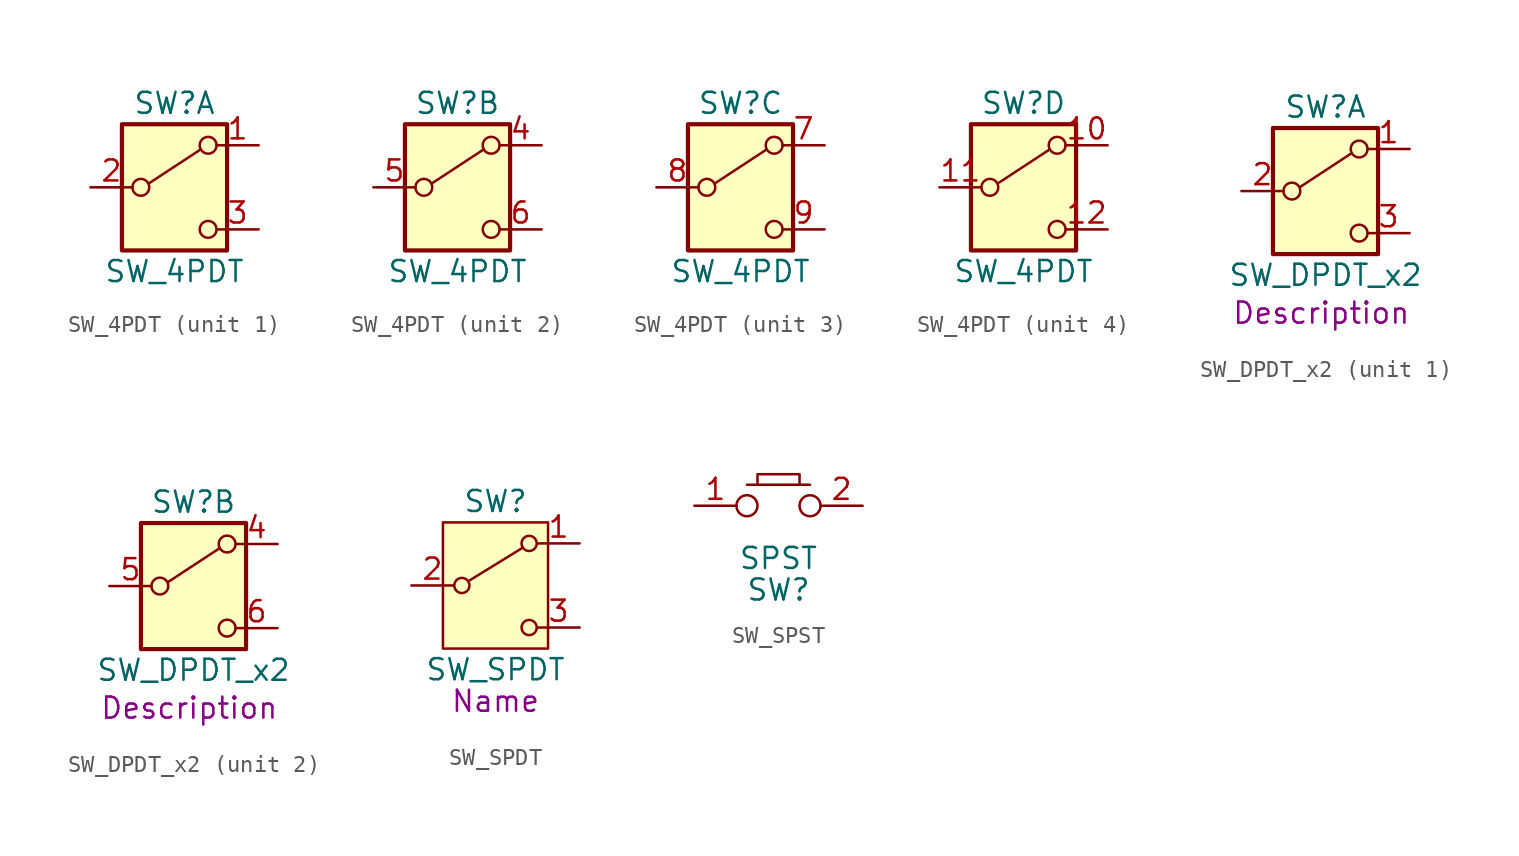
<source format=kicad_sym>
(kicad_symbol_lib
  (version 20231120)
  (generator "kicad_symbol_editor")
  (generator_version "8.0")
  (symbol "SW_4PDT"
    (pin_names
      (offset 0) hide)
    (property "Reference" "SW"
      (at 0 5.08 0)
      (effects (font (size 1.27 1.27))))
    (property "Value" "SW_4PDT"
      (at 0 -5.08 0)
      (effects (font (size 1.27 1.27))))
    (symbol "SW_4PDT_0_0"
      (circle (center -2.032 0) (radius 0.508) (stroke (width 0) (type default)) (fill (type none)))
      (circle (center 2.032 -2.54) (radius 0.508) (stroke (width 0) (type default)) (fill (type none))))
    (symbol "SW_4PDT_0_1"
      (rectangle (start -3.175 3.81) (end 3.175 -3.81) (stroke (width 0.254) (type default)) (fill (type background)))
      (polyline (pts (xy -1.524 0.254) (xy 1.575 2.286)) (stroke (width 0) (type default)) (fill (type none)))
      (circle (center 2.032 2.54) (radius 0.508) (stroke (width 0) (type default)) (fill (type none))))
    (symbol "SW_4PDT_1_1"
      (pin passive line (at 5.08 2.54 180) (length 2.54) (name "A" (effects (font (size 1.27 1.27)))) (number "1" (effects (font (size 1.27 1.27)))))
      (pin passive line (at -5.08 0 0) (length 2.54) (name "B" (effects (font (size 1.27 1.27)))) (number "2" (effects (font (size 1.27 1.27)))))
      (pin passive line (at 5.08 -2.54 180) (length 2.54) (name "C" (effects (font (size 1.27 1.27)))) (number "3" (effects (font (size 1.27 1.27))))))
    (symbol "SW_4PDT_2_1"
      (pin passive line (at 5.08 2.54 180) (length 2.54) (name "A" (effects (font (size 1.27 1.27)))) (number "4" (effects (font (size 1.27 1.27)))))
      (pin passive line (at -5.08 0 0) (length 2.54) (name "B" (effects (font (size 1.27 1.27)))) (number "5" (effects (font (size 1.27 1.27)))))
      (pin passive line (at 5.08 -2.54 180) (length 2.54) (name "C" (effects (font (size 1.27 1.27)))) (number "6" (effects (font (size 1.27 1.27))))))
    (symbol "SW_4PDT_3_1"
      (pin passive line (at 5.08 2.54 180) (length 2.54) (name "A" (effects (font (size 1.27 1.27)))) (number "7" (effects (font (size 1.27 1.27)))))
      (pin passive line (at -5.08 0 0) (length 2.54) (name "B" (effects (font (size 1.27 1.27)))) (number "8" (effects (font (size 1.27 1.27)))))
      (pin passive line (at 5.08 -2.54 180) (length 2.54) (name "C" (effects (font (size 1.27 1.27)))) (number "9" (effects (font (size 1.27 1.27))))))
    (symbol "SW_4PDT_4_1"
      (pin passive line (at 5.08 2.54 180) (length 2.54) (name "A" (effects (font (size 1.27 1.27)))) (number "10" (effects (font (size 1.27 1.27)))))
      (pin passive line (at -5.08 0 0) (length 2.54) (name "B" (effects (font (size 1.27 1.27)))) (number "11" (effects (font (size 1.27 1.27)))))
      (pin passive line (at 5.08 -2.54 180) (length 2.54) (name "C" (effects (font (size 1.27 1.27)))) (number "12" (effects (font (size 1.27 1.27)))))))
  (symbol "SW_DPDT_x2"
    (pin_names
      (offset 0) hide)
    (property "Reference" "SW"
      (at 0 5.08 0)
      (effects (font (size 1.27 1.27))))
    (property "Value" "SW_DPDT_x2"
      (at 0 -5.08 0)
      (effects (font (size 1.27 1.27))))
    (property "Description" "Description"
      (at -0.254 -7.366 0)
      (effects (font (size 1.27 1.27))))
    (symbol "SW_DPDT_x2_0_0"
      (circle (center -2.032 0) (radius 0.508) (stroke (width 0) (type default)) (fill (type none)))
      (circle (center 2.032 -2.54) (radius 0.508) (stroke (width 0) (type default)) (fill (type none))))
    (symbol "SW_DPDT_x2_0_1"
      (rectangle (start -3.175 3.81) (end 3.175 -3.81) (stroke (width 0.254) (type default)) (fill (type background)))
      (polyline (pts (xy -1.524 0.254) (xy 1.575 2.286)) (stroke (width 0) (type default)) (fill (type none)))
      (circle (center 2.032 2.54) (radius 0.508) (stroke (width 0) (type default)) (fill (type none))))
    (symbol "SW_DPDT_x2_1_1"
      (pin passive line (at 5.08 2.54 180) (length 2.54) (name "A" (effects (font (size 1.27 1.27)))) (number "1" (effects (font (size 1.27 1.27)))))
      (pin passive line (at -5.08 0 0) (length 2.54) (name "B" (effects (font (size 1.27 1.27)))) (number "2" (effects (font (size 1.27 1.27)))))
      (pin passive line (at 5.08 -2.54 180) (length 2.54) (name "C" (effects (font (size 1.27 1.27)))) (number "3" (effects (font (size 1.27 1.27))))))
    (symbol "SW_DPDT_x2_2_1"
      (pin passive line (at 5.08 2.54 180) (length 2.54) (name "A" (effects (font (size 1.27 1.27)))) (number "4" (effects (font (size 1.27 1.27)))))
      (pin passive line (at -5.08 0 0) (length 2.54) (name "B" (effects (font (size 1.27 1.27)))) (number "5" (effects (font (size 1.27 1.27)))))
      (pin passive line (at 5.08 -2.54 180) (length 2.54) (name "C" (effects (font (size 1.27 1.27)))) (number "6" (effects (font (size 1.27 1.27)))))))
  (symbol "SW_SPDT"
    (pin_names
      (offset 0) hide)
    (property "Reference" "SW"
      (at 0 5.08 0)
      (effects (font (size 1.27 1.27))))
    (property "Value" "SW_SPDT"
      (at 0 -5.08 0)
      (effects (font (size 1.27 1.27))))
    (property "Description" "Name"
      (at 0 -6.985 0)
      (do_not_autoplace)
      (effects (font (size 1.27 1.27))))
    (symbol "SW_SPDT_0_1"
      (circle (center -2.032 0) (radius 0.457) (stroke (width 0) (type default)) (fill (type none)))
      (polyline (pts (xy -1.651 0.254) (xy 1.651 2.286)) (stroke (width 0) (type default)) (fill (type none)))
      (circle (center 2.032 -2.54) (radius 0.457) (stroke (width 0) (type default)) (fill (type none)))
      (circle (center 2.032 2.54) (radius 0.457) (stroke (width 0) (type default)) (fill (type none))))
    (symbol "SW_SPDT_1_1"
      (rectangle (start -3.175 3.81) (end 3.175 -3.81) (stroke (width 0) (type default)) (fill (type background)))
      (pin passive line (at 5.08 2.54 180) (length 2.54) (name "A" (effects (font (size 1.27 1.27)))) (number "1" (effects (font (size 1.27 1.27)))))
      (pin passive line (at -5.08 0 0) (length 2.54) (name "B" (effects (font (size 1.27 1.27)))) (number "2" (effects (font (size 1.27 1.27)))))
      (pin passive line (at 5.08 -2.54 180) (length 2.54) (name "C" (effects (font (size 1.27 1.27)))) (number "3" (effects (font (size 1.27 1.27)))))))
  (symbol "SW_SPST"
    (pin_names hide)
    (property "Reference" "SW"
      (at 0 -5.08 0)
      (effects (font (size 1.27 1.27))))
    (property "Value" "SPST"
      (at 0 -3.175 0)
      (effects (font (size 1.27 1.27))))
    (symbol "SW_SPST_0_1"
      (circle (center -1.905 0) (radius 0.635) (stroke (width 0) (type default)) (fill (type none)))
      (polyline (pts (xy 1.905 1.27) (xy -1.905 1.27) (xy -1.27 1.27) (xy -1.27 1.905) (xy 1.27 1.905) (xy 1.27 1.27)) (stroke (width 0) (type default)) (fill (type none)))
      (circle (center 1.905 0) (radius 0.635) (stroke (width 0) (type default)) (fill (type none))))
    (symbol "SW_SPST_1_1"
      (pin passive line (at -5.08 0 0) (length 2.54) (name "A" (effects (font (size 1.27 1.27)))) (number "1" (effects (font (size 1.27 1.27)))))
      (pin passive line (at 5.08 0 180) (length 2.54) (name "B" (effects (font (size 1.27 1.27)))) (number "2" (effects (font (size 1.27 1.27))))))))
</source>
